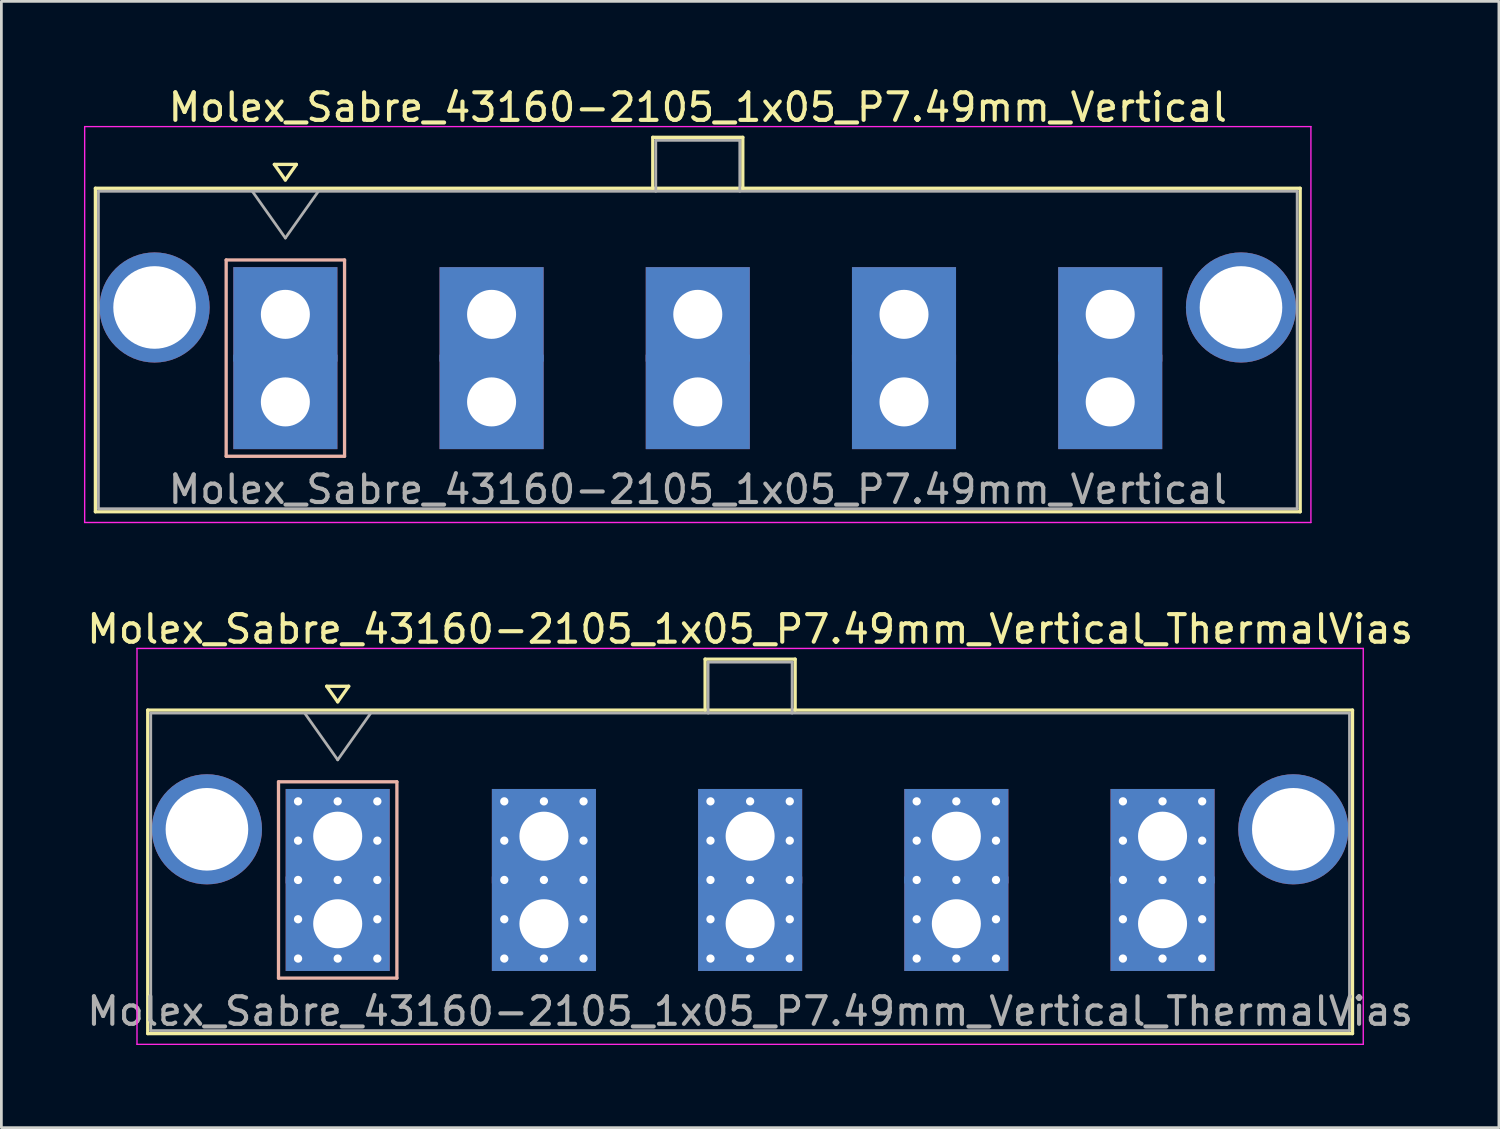
<source format=kicad_pcb>
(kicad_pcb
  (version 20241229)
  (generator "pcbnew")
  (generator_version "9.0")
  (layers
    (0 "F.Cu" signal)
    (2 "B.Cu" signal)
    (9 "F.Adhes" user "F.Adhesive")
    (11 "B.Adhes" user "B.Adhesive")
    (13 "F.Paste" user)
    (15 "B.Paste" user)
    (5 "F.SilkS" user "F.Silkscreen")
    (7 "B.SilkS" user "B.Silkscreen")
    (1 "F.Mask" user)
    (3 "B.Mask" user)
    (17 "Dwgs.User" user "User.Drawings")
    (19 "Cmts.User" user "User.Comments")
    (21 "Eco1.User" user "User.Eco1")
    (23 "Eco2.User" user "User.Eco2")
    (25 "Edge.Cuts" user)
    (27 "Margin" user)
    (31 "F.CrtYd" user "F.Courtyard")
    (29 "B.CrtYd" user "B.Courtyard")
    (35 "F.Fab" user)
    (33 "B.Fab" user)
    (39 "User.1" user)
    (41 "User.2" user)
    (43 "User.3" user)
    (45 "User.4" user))
  (footprint "Molex_Sabre_43160-2105_1x05_P7.49mm_Vertical_ThermalVias"
    (layer "F.Cu")
    (at 9.216 30.502)
    (property "Reference" "Molex_Sabre_43160-2105_1x05_P7.49mm_Vertical_ThermalVias" (at 14.98 -10.7 0) (layer "F.SilkS") (effects (font (size 1 1) (thickness 0.15))))
    (attr through_hole)
    (fp_line (start -6.9 -7.76) (end -6.9 3.99) (stroke (width 0.12) (type solid)) (layer "F.SilkS"))
    (fp_line (start -6.9 3.99) (end 36.86 3.99) (stroke (width 0.12) (type solid)) (layer "F.SilkS"))
    (fp_line (start -0.4 -8.626) (end 0 -8.06) (stroke (width 0.12) (type solid)) (layer "F.SilkS"))
    (fp_line (start 0 -8.06) (end 0.4 -8.626) (stroke (width 0.12) (type solid)) (layer "F.SilkS"))
    (fp_line (start 0.4 -8.626) (end -0.4 -8.626) (stroke (width 0.12) (type solid)) (layer "F.SilkS"))
    (fp_line (start 13.345 -9.61) (end 16.615 -9.61) (stroke (width 0.12) (type solid)) (layer "F.SilkS"))
    (fp_line (start 13.345 -7.76) (end 13.345 -9.61) (stroke (width 0.12) (type solid)) (layer "F.SilkS"))
    (fp_line (start 16.615 -9.61) (end 16.615 -7.76) (stroke (width 0.12) (type solid)) (layer "F.SilkS"))
    (fp_line (start 36.86 -7.76) (end -6.9 -7.76) (stroke (width 0.12) (type solid)) (layer "F.SilkS"))
    (fp_line (start 36.86 3.99) (end 36.86 -7.76) (stroke (width 0.12) (type solid)) (layer "F.SilkS"))
    (fp_line (start -2.15 -5.155) (end -2.15 1.975) (stroke (width 0.12) (type solid)) (layer "B.SilkS"))
    (fp_line (start -2.15 1.975) (end 2.15 1.975) (stroke (width 0.12) (type solid)) (layer "B.SilkS"))
    (fp_line (start 2.15 -5.155) (end -2.15 -5.155) (stroke (width 0.12) (type solid)) (layer "B.SilkS"))
    (fp_line (start 2.15 1.975) (end 2.15 -5.155) (stroke (width 0.12) (type solid)) (layer "B.SilkS"))
    (fp_line (start -7.29 -10) (end -7.29 4.38) (stroke (width 0.05) (type solid)) (layer "F.CrtYd"))
    (fp_line (start -7.29 4.38) (end 37.25 4.38) (stroke (width 0.05) (type solid)) (layer "F.CrtYd"))
    (fp_line (start 37.25 -10) (end -7.29 -10) (stroke (width 0.05) (type solid)) (layer "F.CrtYd"))
    (fp_line (start 37.25 4.38) (end 37.25 -10) (stroke (width 0.05) (type solid)) (layer "F.CrtYd"))
    (fp_line (start -6.79 -7.65) (end -6.79 3.88) (stroke (width 0.1) (type solid)) (layer "F.Fab"))
    (fp_line (start -6.79 3.88) (end 36.75 3.88) (stroke (width 0.1) (type solid)) (layer "F.Fab"))
    (fp_line (start -1.2 -7.65) (end 0 -5.953) (stroke (width 0.1) (type solid)) (layer "F.Fab"))
    (fp_line (start 0 -5.953) (end 1.2 -7.65) (stroke (width 0.1) (type solid)) (layer "F.Fab"))
    (fp_line (start 13.455 -9.5) (end 16.505 -9.5) (stroke (width 0.1) (type solid)) (layer "F.Fab"))
    (fp_line (start 13.455 -7.65) (end 13.455 -9.5) (stroke (width 0.1) (type solid)) (layer "F.Fab"))
    (fp_line (start 16.505 -9.5) (end 16.505 -7.65) (stroke (width 0.1) (type solid)) (layer "F.Fab"))
    (fp_line (start 36.75 -7.65) (end -6.79 -7.65) (stroke (width 0.1) (type solid)) (layer "F.Fab"))
    (fp_line (start 36.75 3.88) (end 36.75 -7.65) (stroke (width 0.1) (type solid)) (layer "F.Fab"))
    (fp_text user "${REFERENCE}" (at 14.98 3.18 0) (layer "F.Fab") (effects (font (size 1 1) (thickness 0.15))))
    (pad "" thru_hole circle (at -4.75 -3.43) (size 4 4) (drill 3) (layers "*.Cu" "*.Mask"))
    (pad "" thru_hole circle (at 34.71 -3.43) (size 4 4) (drill 3) (layers "*.Cu" "*.Mask"))
    (pad "1" thru_hole rect (at -1.44 -4.445) (size 0.6 0.6) (drill 0.3) (layers "*.Cu" "*.Mask"))
    (pad "1" thru_hole rect (at -1.44 -3.018) (size 0.6 0.6) (drill 0.3) (layers "*.Cu" "*.Mask"))
    (pad "1" thru_hole rect (at -1.44 -1.59) (size 0.6 0.6) (drill 0.3) (layers "*.Cu" "*.Mask"))
    (pad "1" thru_hole rect (at -1.44 -0.163) (size 0.6 0.6) (drill 0.3) (layers "*.Cu" "*.Mask"))
    (pad "1" thru_hole rect (at -1.44 1.265) (size 0.6 0.6) (drill 0.3) (layers "*.Cu" "*.Mask"))
    (pad "1" thru_hole rect (at 0 -4.445) (size 0.6 0.6) (drill 0.3) (layers "*.Cu" "*.Mask"))
    (pad "1" thru_hole rect (at 0 -3.18) (size 3.78 3.43) (drill 1.78) (layers "*.Cu" "*.Mask"))
    (pad "1" thru_hole rect (at 0 -1.59) (size 0.6 0.6) (drill 0.3) (layers "*.Cu" "*.Mask"))
    (pad "1" thru_hole rect (at 0 0) (size 3.78 3.43) (drill 1.78) (layers "*.Cu" "*.Mask"))
    (pad "1" thru_hole rect (at 0 1.265) (size 0.6 0.6) (drill 0.3) (layers "*.Cu" "*.Mask"))
    (pad "1" thru_hole rect (at 1.44 -4.445) (size 0.6 0.6) (drill 0.3) (layers "*.Cu" "*.Mask"))
    (pad "1" thru_hole rect (at 1.44 -3.018) (size 0.6 0.6) (drill 0.3) (layers "*.Cu" "*.Mask"))
    (pad "1" thru_hole rect (at 1.44 -1.59) (size 0.6 0.6) (drill 0.3) (layers "*.Cu" "*.Mask"))
    (pad "1" thru_hole rect (at 1.44 -0.163) (size 0.6 0.6) (drill 0.3) (layers "*.Cu" "*.Mask"))
    (pad "1" thru_hole rect (at 1.44 1.265) (size 0.6 0.6) (drill 0.3) (layers "*.Cu" "*.Mask"))
    (pad "2" thru_hole circle (at 6.05 -4.445) (size 0.6 0.6) (drill 0.3) (layers "*.Cu" "*.Mask"))
    (pad "2" thru_hole circle (at 6.05 -3.018) (size 0.6 0.6) (drill 0.3) (layers "*.Cu" "*.Mask"))
    (pad "2" thru_hole circle (at 6.05 -1.59) (size 0.6 0.6) (drill 0.3) (layers "*.Cu" "*.Mask"))
    (pad "2" thru_hole circle (at 6.05 -0.163) (size 0.6 0.6) (drill 0.3) (layers "*.Cu" "*.Mask"))
    (pad "2" thru_hole circle (at 6.05 1.265) (size 0.6 0.6) (drill 0.3) (layers "*.Cu" "*.Mask"))
    (pad "2" thru_hole circle (at 7.49 -4.445) (size 0.6 0.6) (drill 0.3) (layers "*.Cu" "*.Mask"))
    (pad "2" thru_hole rect (at 7.49 -3.18) (size 3.78 3.43) (drill 1.78) (layers "*.Cu" "*.Mask"))
    (pad "2" thru_hole circle (at 7.49 -1.59) (size 0.6 0.6) (drill 0.3) (layers "*.Cu" "*.Mask"))
    (pad "2" thru_hole rect (at 7.49 0) (size 3.78 3.43) (drill 1.78) (layers "*.Cu" "*.Mask"))
    (pad "2" thru_hole circle (at 7.49 1.265) (size 0.6 0.6) (drill 0.3) (layers "*.Cu" "*.Mask"))
    (pad "2" thru_hole circle (at 8.93 -4.445) (size 0.6 0.6) (drill 0.3) (layers "*.Cu" "*.Mask"))
    (pad "2" thru_hole circle (at 8.93 -3.018) (size 0.6 0.6) (drill 0.3) (layers "*.Cu" "*.Mask"))
    (pad "2" thru_hole circle (at 8.93 -1.59) (size 0.6 0.6) (drill 0.3) (layers "*.Cu" "*.Mask"))
    (pad "2" thru_hole circle (at 8.93 -0.163) (size 0.6 0.6) (drill 0.3) (layers "*.Cu" "*.Mask"))
    (pad "2" thru_hole circle (at 8.93 1.265) (size 0.6 0.6) (drill 0.3) (layers "*.Cu" "*.Mask"))
    (pad "3" thru_hole circle (at 13.54 -4.445) (size 0.6 0.6) (drill 0.3) (layers "*.Cu" "*.Mask"))
    (pad "3" thru_hole circle (at 13.54 -3.018) (size 0.6 0.6) (drill 0.3) (layers "*.Cu" "*.Mask"))
    (pad "3" thru_hole circle (at 13.54 -1.59) (size 0.6 0.6) (drill 0.3) (layers "*.Cu" "*.Mask"))
    (pad "3" thru_hole circle (at 13.54 -0.163) (size 0.6 0.6) (drill 0.3) (layers "*.Cu" "*.Mask"))
    (pad "3" thru_hole circle (at 13.54 1.265) (size 0.6 0.6) (drill 0.3) (layers "*.Cu" "*.Mask"))
    (pad "3" thru_hole circle (at 14.98 -4.445) (size 0.6 0.6) (drill 0.3) (layers "*.Cu" "*.Mask"))
    (pad "3" thru_hole rect (at 14.98 -3.18) (size 3.78 3.43) (drill 1.78) (layers "*.Cu" "*.Mask"))
    (pad "3" thru_hole circle (at 14.98 -1.59) (size 0.6 0.6) (drill 0.3) (layers "*.Cu" "*.Mask"))
    (pad "3" thru_hole rect (at 14.98 0) (size 3.78 3.43) (drill 1.78) (layers "*.Cu" "*.Mask"))
    (pad "3" thru_hole circle (at 14.98 1.265) (size 0.6 0.6) (drill 0.3) (layers "*.Cu" "*.Mask"))
    (pad "3" thru_hole circle (at 16.42 -4.445) (size 0.6 0.6) (drill 0.3) (layers "*.Cu" "*.Mask"))
    (pad "3" thru_hole circle (at 16.42 -3.018) (size 0.6 0.6) (drill 0.3) (layers "*.Cu" "*.Mask"))
    (pad "3" thru_hole circle (at 16.42 -1.59) (size 0.6 0.6) (drill 0.3) (layers "*.Cu" "*.Mask"))
    (pad "3" thru_hole circle (at 16.42 -0.163) (size 0.6 0.6) (drill 0.3) (layers "*.Cu" "*.Mask"))
    (pad "3" thru_hole circle (at 16.42 1.265) (size 0.6 0.6) (drill 0.3) (layers "*.Cu" "*.Mask"))
    (pad "4" thru_hole circle (at 21.03 -4.445) (size 0.6 0.6) (drill 0.3) (layers "*.Cu" "*.Mask"))
    (pad "4" thru_hole circle (at 21.03 -3.018) (size 0.6 0.6) (drill 0.3) (layers "*.Cu" "*.Mask"))
    (pad "4" thru_hole circle (at 21.03 -1.59) (size 0.6 0.6) (drill 0.3) (layers "*.Cu" "*.Mask"))
    (pad "4" thru_hole circle (at 21.03 -0.163) (size 0.6 0.6) (drill 0.3) (layers "*.Cu" "*.Mask"))
    (pad "4" thru_hole circle (at 21.03 1.265) (size 0.6 0.6) (drill 0.3) (layers "*.Cu" "*.Mask"))
    (pad "4" thru_hole circle (at 22.47 -4.445) (size 0.6 0.6) (drill 0.3) (layers "*.Cu" "*.Mask"))
    (pad "4" thru_hole rect (at 22.47 -3.18) (size 3.78 3.43) (drill 1.78) (layers "*.Cu" "*.Mask"))
    (pad "4" thru_hole circle (at 22.47 -1.59) (size 0.6 0.6) (drill 0.3) (layers "*.Cu" "*.Mask"))
    (pad "4" thru_hole rect (at 22.47 0) (size 3.78 3.43) (drill 1.78) (layers "*.Cu" "*.Mask"))
    (pad "4" thru_hole circle (at 22.47 1.265) (size 0.6 0.6) (drill 0.3) (layers "*.Cu" "*.Mask"))
    (pad "4" thru_hole circle (at 23.91 -4.445) (size 0.6 0.6) (drill 0.3) (layers "*.Cu" "*.Mask"))
    (pad "4" thru_hole circle (at 23.91 -3.018) (size 0.6 0.6) (drill 0.3) (layers "*.Cu" "*.Mask"))
    (pad "4" thru_hole circle (at 23.91 -1.59) (size 0.6 0.6) (drill 0.3) (layers "*.Cu" "*.Mask"))
    (pad "4" thru_hole circle (at 23.91 -0.163) (size 0.6 0.6) (drill 0.3) (layers "*.Cu" "*.Mask"))
    (pad "4" thru_hole circle (at 23.91 1.265) (size 0.6 0.6) (drill 0.3) (layers "*.Cu" "*.Mask"))
    (pad "5" thru_hole circle (at 28.52 -4.445) (size 0.6 0.6) (drill 0.3) (layers "*.Cu" "*.Mask"))
    (pad "5" thru_hole circle (at 28.52 -3.018) (size 0.6 0.6) (drill 0.3) (layers "*.Cu" "*.Mask"))
    (pad "5" thru_hole circle (at 28.52 -1.59) (size 0.6 0.6) (drill 0.3) (layers "*.Cu" "*.Mask"))
    (pad "5" thru_hole circle (at 28.52 -0.163) (size 0.6 0.6) (drill 0.3) (layers "*.Cu" "*.Mask"))
    (pad "5" thru_hole circle (at 28.52 1.265) (size 0.6 0.6) (drill 0.3) (layers "*.Cu" "*.Mask"))
    (pad "5" thru_hole circle (at 29.96 -4.445) (size 0.6 0.6) (drill 0.3) (layers "*.Cu" "*.Mask"))
    (pad "5" thru_hole rect (at 29.96 -3.18) (size 3.78 3.43) (drill 1.78) (layers "*.Cu" "*.Mask"))
    (pad "5" thru_hole circle (at 29.96 -1.59) (size 0.6 0.6) (drill 0.3) (layers "*.Cu" "*.Mask"))
    (pad "5" thru_hole rect (at 29.96 0) (size 3.78 3.43) (drill 1.78) (layers "*.Cu" "*.Mask"))
    (pad "5" thru_hole circle (at 29.96 1.265) (size 0.6 0.6) (drill 0.3) (layers "*.Cu" "*.Mask"))
    (pad "5" thru_hole circle (at 31.4 -4.445) (size 0.6 0.6) (drill 0.3) (layers "*.Cu" "*.Mask"))
    (pad "5" thru_hole circle (at 31.4 -3.018) (size 0.6 0.6) (drill 0.3) (layers "*.Cu" "*.Mask"))
    (pad "5" thru_hole circle (at 31.4 -1.59) (size 0.6 0.6) (drill 0.3) (layers "*.Cu" "*.Mask"))
    (pad "5" thru_hole circle (at 31.4 -0.163) (size 0.6 0.6) (drill 0.3) (layers "*.Cu" "*.Mask"))
    (pad "5" thru_hole circle (at 31.4 1.265) (size 0.6 0.6) (drill 0.3) (layers "*.Cu" "*.Mask")))
  (footprint "Molex_Sabre_43160-2105_1x05_P7.49mm_Vertical"
    (layer "F.Cu")
    (at 7.315 11.548)
    (property "Reference" "Molex_Sabre_43160-2105_1x05_P7.49mm_Vertical" (at 14.98 -10.7 0) (layer "F.SilkS") (effects (font (size 1 1) (thickness 0.15))))
    (attr through_hole)
    (fp_line (start -6.9 -7.76) (end -6.9 3.99) (stroke (width 0.12) (type solid)) (layer "F.SilkS"))
    (fp_line (start -6.9 3.99) (end 36.86 3.99) (stroke (width 0.12) (type solid)) (layer "F.SilkS"))
    (fp_line (start -0.4 -8.626) (end 0 -8.06) (stroke (width 0.12) (type solid)) (layer "F.SilkS"))
    (fp_line (start 0 -8.06) (end 0.4 -8.626) (stroke (width 0.12) (type solid)) (layer "F.SilkS"))
    (fp_line (start 0.4 -8.626) (end -0.4 -8.626) (stroke (width 0.12) (type solid)) (layer "F.SilkS"))
    (fp_line (start 13.345 -9.61) (end 16.615 -9.61) (stroke (width 0.12) (type solid)) (layer "F.SilkS"))
    (fp_line (start 13.345 -7.76) (end 13.345 -9.61) (stroke (width 0.12) (type solid)) (layer "F.SilkS"))
    (fp_line (start 16.615 -9.61) (end 16.615 -7.76) (stroke (width 0.12) (type solid)) (layer "F.SilkS"))
    (fp_line (start 36.86 -7.76) (end -6.9 -7.76) (stroke (width 0.12) (type solid)) (layer "F.SilkS"))
    (fp_line (start 36.86 3.99) (end 36.86 -7.76) (stroke (width 0.12) (type solid)) (layer "F.SilkS"))
    (fp_line (start -2.15 -5.155) (end -2.15 1.975) (stroke (width 0.12) (type solid)) (layer "B.SilkS"))
    (fp_line (start -2.15 1.975) (end 2.15 1.975) (stroke (width 0.12) (type solid)) (layer "B.SilkS"))
    (fp_line (start 2.15 -5.155) (end -2.15 -5.155) (stroke (width 0.12) (type solid)) (layer "B.SilkS"))
    (fp_line (start 2.15 1.975) (end 2.15 -5.155) (stroke (width 0.12) (type solid)) (layer "B.SilkS"))
    (fp_line (start -7.29 -10) (end -7.29 4.38) (stroke (width 0.05) (type solid)) (layer "F.CrtYd"))
    (fp_line (start -7.29 4.38) (end 37.25 4.38) (stroke (width 0.05) (type solid)) (layer "F.CrtYd"))
    (fp_line (start 37.25 -10) (end -7.29 -10) (stroke (width 0.05) (type solid)) (layer "F.CrtYd"))
    (fp_line (start 37.25 4.38) (end 37.25 -10) (stroke (width 0.05) (type solid)) (layer "F.CrtYd"))
    (fp_line (start -6.79 -7.65) (end -6.79 3.88) (stroke (width 0.1) (type solid)) (layer "F.Fab"))
    (fp_line (start -6.79 3.88) (end 36.75 3.88) (stroke (width 0.1) (type solid)) (layer "F.Fab"))
    (fp_line (start -1.2 -7.65) (end 0 -5.953) (stroke (width 0.1) (type solid)) (layer "F.Fab"))
    (fp_line (start 0 -5.953) (end 1.2 -7.65) (stroke (width 0.1) (type solid)) (layer "F.Fab"))
    (fp_line (start 13.455 -9.5) (end 16.505 -9.5) (stroke (width 0.1) (type solid)) (layer "F.Fab"))
    (fp_line (start 13.455 -7.65) (end 13.455 -9.5) (stroke (width 0.1) (type solid)) (layer "F.Fab"))
    (fp_line (start 16.505 -9.5) (end 16.505 -7.65) (stroke (width 0.1) (type solid)) (layer "F.Fab"))
    (fp_line (start 36.75 -7.65) (end -6.79 -7.65) (stroke (width 0.1) (type solid)) (layer "F.Fab"))
    (fp_line (start 36.75 3.88) (end 36.75 -7.65) (stroke (width 0.1) (type solid)) (layer "F.Fab"))
    (fp_text user "${REFERENCE}" (at 14.98 3.18 0) (layer "F.Fab") (effects (font (size 1 1) (thickness 0.15))))
    (pad "" thru_hole circle (at -4.75 -3.43) (size 4 4) (drill 3) (layers "*.Cu" "*.Mask"))
    (pad "" thru_hole circle (at 34.71 -3.43) (size 4 4) (drill 3) (layers "*.Cu" "*.Mask"))
    (pad "1" thru_hole rect (at 0 -3.18) (size 3.78 3.43) (drill 1.78) (layers "*.Cu" "*.Mask"))
    (pad "1" thru_hole rect (at 0 0) (size 3.78 3.43) (drill 1.78) (layers "*.Cu" "*.Mask"))
    (pad "2" thru_hole rect (at 7.49 -3.18) (size 3.78 3.43) (drill 1.78) (layers "*.Cu" "*.Mask"))
    (pad "2" thru_hole rect (at 7.49 0) (size 3.78 3.43) (drill 1.78) (layers "*.Cu" "*.Mask"))
    (pad "3" thru_hole rect (at 14.98 -3.18) (size 3.78 3.43) (drill 1.78) (layers "*.Cu" "*.Mask"))
    (pad "3" thru_hole rect (at 14.98 0) (size 3.78 3.43) (drill 1.78) (layers "*.Cu" "*.Mask"))
    (pad "4" thru_hole rect (at 22.47 -3.18) (size 3.78 3.43) (drill 1.78) (layers "*.Cu" "*.Mask"))
    (pad "4" thru_hole rect (at 22.47 0) (size 3.78 3.43) (drill 1.78) (layers "*.Cu" "*.Mask"))
    (pad "5" thru_hole rect (at 29.96 -3.18) (size 3.78 3.43) (drill 1.78) (layers "*.Cu" "*.Mask"))
    (pad "5" thru_hole rect (at 29.96 0) (size 3.78 3.43) (drill 1.78) (layers "*.Cu" "*.Mask")))
  (gr_rect
    (start -3 -3)
    (end 51.393 37.907)
    (stroke (width 0.1) (type default))
    (fill no)
    (layer "Edge.Cuts")))
</source>
